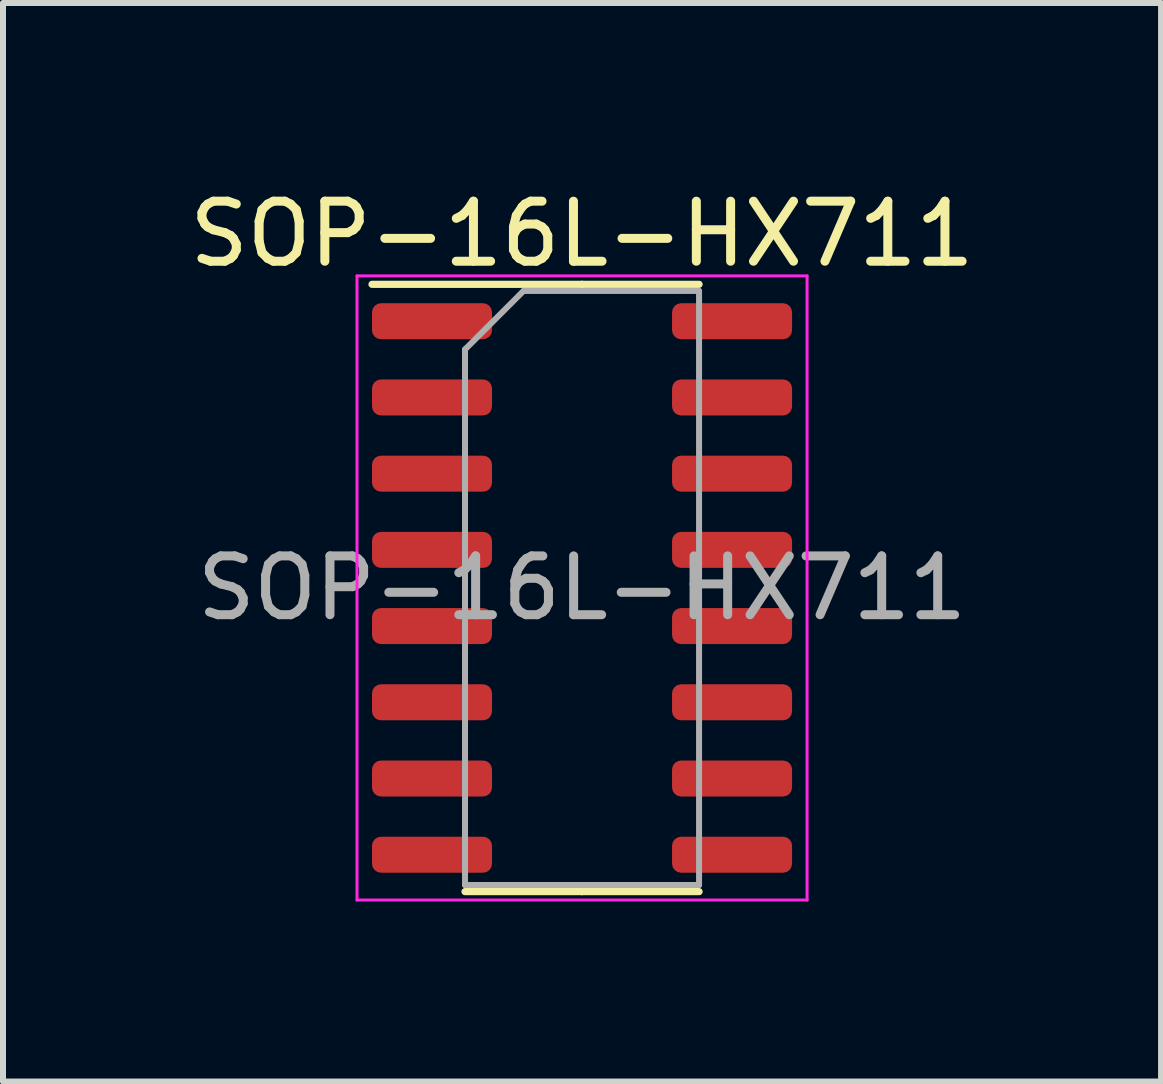
<source format=kicad_pcb>
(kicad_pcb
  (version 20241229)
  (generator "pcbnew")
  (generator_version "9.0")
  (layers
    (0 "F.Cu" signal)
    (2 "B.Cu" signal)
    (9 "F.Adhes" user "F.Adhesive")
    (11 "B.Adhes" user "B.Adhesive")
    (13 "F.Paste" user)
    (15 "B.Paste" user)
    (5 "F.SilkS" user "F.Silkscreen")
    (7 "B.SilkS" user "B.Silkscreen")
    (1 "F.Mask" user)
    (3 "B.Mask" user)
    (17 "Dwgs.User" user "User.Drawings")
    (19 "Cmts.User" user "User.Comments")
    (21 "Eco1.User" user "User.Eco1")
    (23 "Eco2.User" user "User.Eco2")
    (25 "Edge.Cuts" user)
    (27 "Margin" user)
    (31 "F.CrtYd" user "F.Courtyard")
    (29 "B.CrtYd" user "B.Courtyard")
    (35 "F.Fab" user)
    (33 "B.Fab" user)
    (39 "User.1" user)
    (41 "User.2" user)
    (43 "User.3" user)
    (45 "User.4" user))
  (footprint "SOP-16L-HX711"
    (layer "F.Cu")
    (at 6.649 6.748)
    (property "Reference" "SOP-16L-HX711" (at 0 -5.9 0) (layer "F.SilkS") (effects (font (size 1 1) (thickness 0.15))))
    (attr smd)
    (fp_line (start 0 -5.06) (end -3.5 -5.06) (stroke (width 0.12) (type solid)) (layer "F.SilkS"))
    (fp_line (start 0 -5.06) (end 1.95 -5.06) (stroke (width 0.12) (type solid)) (layer "F.SilkS"))
    (fp_line (start 0 5.06) (end -1.95 5.06) (stroke (width 0.12) (type solid)) (layer "F.SilkS"))
    (fp_line (start 0 5.06) (end 1.95 5.06) (stroke (width 0.12) (type solid)) (layer "F.SilkS"))
    (fp_line (start -3.75 -5.2) (end -3.75 5.2) (stroke (width 0.05) (type solid)) (layer "F.CrtYd"))
    (fp_line (start -3.75 5.2) (end 3.75 5.2) (stroke (width 0.05) (type solid)) (layer "F.CrtYd"))
    (fp_line (start 3.75 -5.2) (end -3.75 -5.2) (stroke (width 0.05) (type solid)) (layer "F.CrtYd"))
    (fp_line (start 3.75 5.2) (end 3.75 -5.2) (stroke (width 0.05) (type solid)) (layer "F.CrtYd"))
    (fp_line (start -1.95 -3.975) (end -0.975 -4.95) (stroke (width 0.1) (type solid)) (layer "F.Fab"))
    (fp_line (start -1.95 4.95) (end -1.95 -3.975) (stroke (width 0.1) (type solid)) (layer "F.Fab"))
    (fp_line (start -0.975 -4.95) (end 1.95 -4.95) (stroke (width 0.1) (type solid)) (layer "F.Fab"))
    (fp_line (start 1.95 -4.95) (end 1.95 4.95) (stroke (width 0.1) (type solid)) (layer "F.Fab"))
    (fp_line (start 1.95 4.95) (end -1.95 4.95) (stroke (width 0.1) (type solid)) (layer "F.Fab"))
    (fp_text user "${REFERENCE}" (at 0 0 0) (layer "F.Fab") (effects (font (size 0.98 0.98) (thickness 0.15))))
    (pad "1" smd roundrect (at -2.5 -4.445) (size 2 0.6) (layers "F.Cu" "F.Mask" "F.Paste") (roundrect_rratio 0.25))
    (pad "2" smd roundrect (at -2.5 -3.175) (size 2 0.6) (layers "F.Cu" "F.Mask" "F.Paste") (roundrect_rratio 0.25))
    (pad "3" smd roundrect (at -2.5 -1.905) (size 2 0.6) (layers "F.Cu" "F.Mask" "F.Paste") (roundrect_rratio 0.25))
    (pad "4" smd roundrect (at -2.5 -0.635) (size 2 0.6) (layers "F.Cu" "F.Mask" "F.Paste") (roundrect_rratio 0.25))
    (pad "5" smd roundrect (at -2.5 0.635) (size 2 0.6) (layers "F.Cu" "F.Mask" "F.Paste") (roundrect_rratio 0.25))
    (pad "6" smd roundrect (at -2.5 1.905) (size 2 0.6) (layers "F.Cu" "F.Mask" "F.Paste") (roundrect_rratio 0.25))
    (pad "7" smd roundrect (at -2.5 3.175) (size 2 0.6) (layers "F.Cu" "F.Mask" "F.Paste") (roundrect_rratio 0.25))
    (pad "8" smd roundrect (at -2.5 4.445) (size 2 0.6) (layers "F.Cu" "F.Mask" "F.Paste") (roundrect_rratio 0.25))
    (pad "9" smd roundrect (at 2.5 4.445) (size 2 0.6) (layers "F.Cu" "F.Mask" "F.Paste") (roundrect_rratio 0.25))
    (pad "10" smd roundrect (at 2.5 3.175) (size 2 0.6) (layers "F.Cu" "F.Mask" "F.Paste") (roundrect_rratio 0.25))
    (pad "11" smd roundrect (at 2.5 1.905) (size 2 0.6) (layers "F.Cu" "F.Mask" "F.Paste") (roundrect_rratio 0.25))
    (pad "12" smd roundrect (at 2.5 0.635) (size 2 0.6) (layers "F.Cu" "F.Mask" "F.Paste") (roundrect_rratio 0.25))
    (pad "13" smd roundrect (at 2.5 -0.635) (size 2 0.6) (layers "F.Cu" "F.Mask" "F.Paste") (roundrect_rratio 0.25))
    (pad "14" smd roundrect (at 2.5 -1.905) (size 2 0.6) (layers "F.Cu" "F.Mask" "F.Paste") (roundrect_rratio 0.25))
    (pad "15" smd roundrect (at 2.5 -3.175) (size 2 0.6) (layers "F.Cu" "F.Mask" "F.Paste") (roundrect_rratio 0.25))
    (pad "16" smd roundrect (at 2.5 -4.445) (size 2 0.6) (layers "F.Cu" "F.Mask" "F.Paste") (roundrect_rratio 0.25)))
  (gr_rect
    (start -3 -3)
    (end 16.298 14.973)
    (stroke (width 0.1) (type default))
    (fill no)
    (layer "Edge.Cuts")))
</source>
